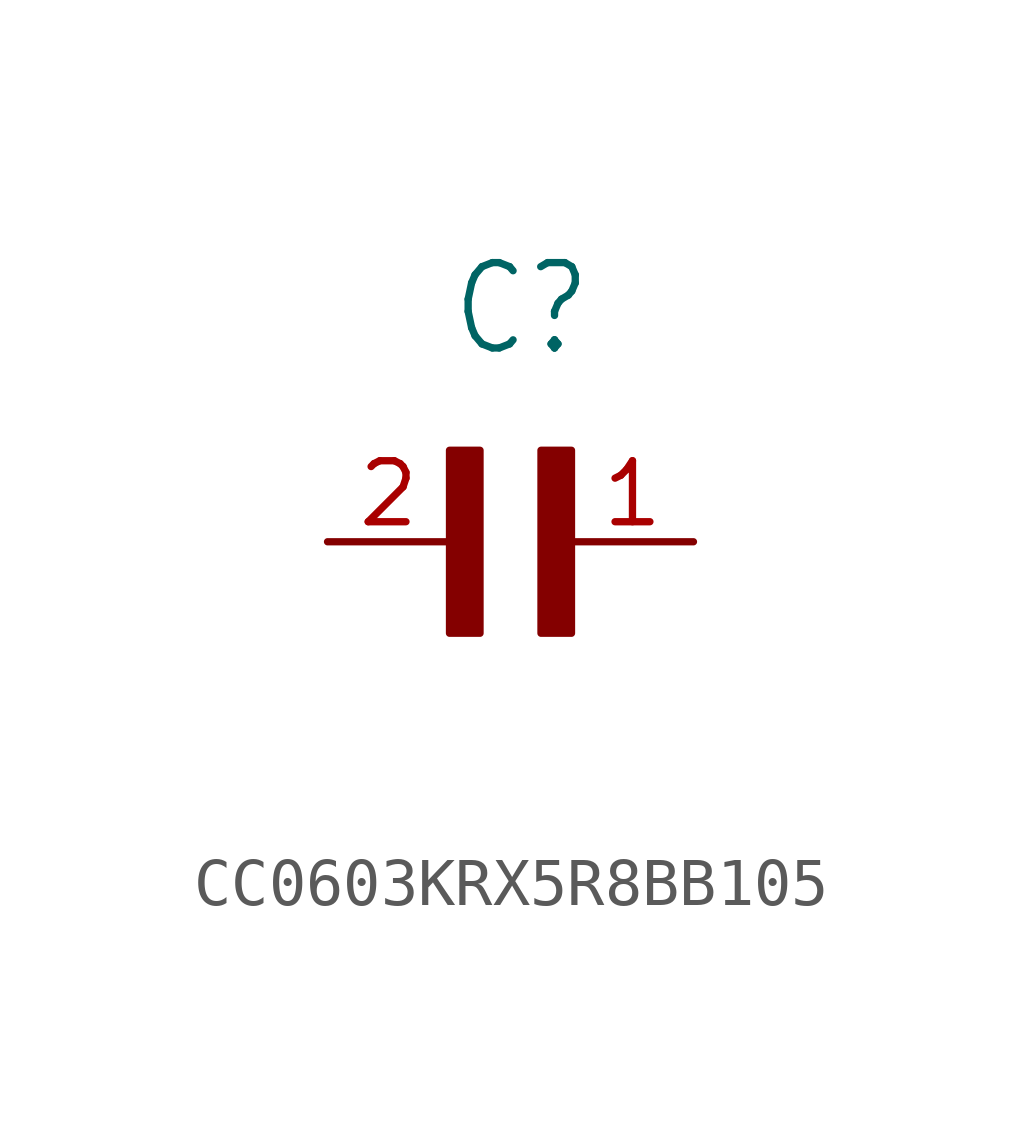
<source format=kicad_sym>
(kicad_symbol_lib
  (version 20220914)
  (generator kicad_symbol_editor)
  (symbol "CC0603KRX5R8BB105"
    (property "Reference" "C"
      (at 0 3.81 0)
      (effects (font (size 1.778 1.511)) (justify left bottom)))
    (property "Value" ""
      (at 0 -5.08 0)
      (effects (font (size 1.778 1.511)) (justify left bottom)))
    (property "ki_locked" ""
      (at 0 0 0)
      (effects (font (size 1.27 1.27))))
    (symbol "CC0603KRX5R8BB105_1_0"
      (rectangle (start 0 -1.905) (end 0.635 1.905) (stroke (width 0) (type default)) (fill (type outline)))
      (rectangle (start 1.905 -1.905) (end 2.54 1.905) (stroke (width 0) (type default)) (fill (type outline)))
      (pin passive line (at 5.08 0 180) (length 2.54) (name "1" (effects (font (size 0 0)))) (number "1" (effects (font (size 1.27 1.27)))))
      (pin passive line (at -2.54 0 0) (length 2.54) (name "2" (effects (font (size 0 0)))) (number "2" (effects (font (size 1.27 1.27))))))))
</source>
